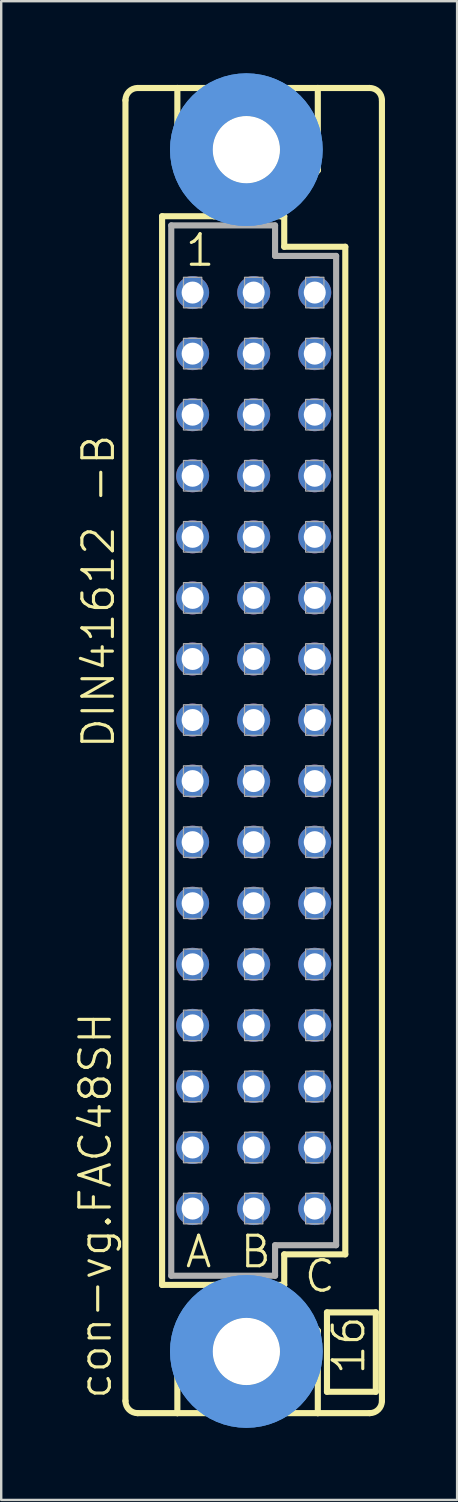
<source format=kicad_pcb>
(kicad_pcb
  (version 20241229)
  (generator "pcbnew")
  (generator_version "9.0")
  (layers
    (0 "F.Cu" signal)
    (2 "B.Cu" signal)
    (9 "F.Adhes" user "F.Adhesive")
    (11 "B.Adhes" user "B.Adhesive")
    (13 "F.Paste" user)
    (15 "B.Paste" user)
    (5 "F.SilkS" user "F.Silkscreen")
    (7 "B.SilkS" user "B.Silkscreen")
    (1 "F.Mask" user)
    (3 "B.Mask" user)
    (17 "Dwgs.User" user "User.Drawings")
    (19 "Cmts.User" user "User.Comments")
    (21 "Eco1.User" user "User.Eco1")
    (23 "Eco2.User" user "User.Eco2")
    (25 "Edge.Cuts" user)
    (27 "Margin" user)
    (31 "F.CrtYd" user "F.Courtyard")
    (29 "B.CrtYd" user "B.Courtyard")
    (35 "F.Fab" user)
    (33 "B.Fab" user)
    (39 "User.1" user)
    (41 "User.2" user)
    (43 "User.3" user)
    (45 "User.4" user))
  (footprint "con-vg.FAC48SH"
    (layer "F.Cu")
    (at 7.502 28.169)
    (property "Reference" "con-vg.FAC48SH" (at -5.842 27.051 90) (layer "F.SilkS") (effects (font (size 1.27 1.27) (thickness 0.13)) (justify left bottom)))
    (attr through_hole)
    (fp_line (start -5.334 27.051) (end -5.334 -27.051) (stroke (width 0.254) (type default)) (layer "F.SilkS"))
    (fp_line (start -4.826 -27.559) (end -3.175 -27.559) (stroke (width 0.254) (type default)) (layer "F.SilkS"))
    (fp_line (start -4.826 27.559) (end -3.175 27.559) (stroke (width 0.254) (type default)) (layer "F.SilkS"))
    (fp_line (start -3.81 -22.225) (end -3.81 22.225) (stroke (width 0.254) (type default)) (layer "F.SilkS"))
    (fp_line (start -3.81 22.225) (end -1.651 22.225) (stroke (width 0.254) (type default)) (layer "F.SilkS"))
    (fp_line (start -3.175 -27.559) (end -3.175 -24.13) (stroke (width 0.254) (type default)) (layer "F.SilkS"))
    (fp_line (start -3.175 27.559) (end -3.175 24.13) (stroke (width 0.254) (type default)) (layer "F.SilkS"))
    (fp_line (start -3.175 27.559) (end 2.667 27.559) (stroke (width 0.254) (type default)) (layer "F.SilkS"))
    (fp_line (start -1.651 -22.225) (end -3.81 -22.225) (stroke (width 0.254) (type default)) (layer "F.SilkS"))
    (fp_line (start -1.651 -22.225) (end -3.175 -24.13) (stroke (width 0.254) (type default)) (layer "F.SilkS"))
    (fp_line (start -1.651 22.225) (end -3.175 24.13) (stroke (width 0.254) (type default)) (layer "F.SilkS"))
    (fp_line (start -1.651 22.225) (end 1.143 22.225) (stroke (width 0.254) (type default)) (layer "F.SilkS"))
    (fp_line (start 1.143 -22.225) (end -1.651 -22.225) (stroke (width 0.254) (type default)) (layer "F.SilkS"))
    (fp_line (start 1.143 -22.225) (end 2.667 -24.13) (stroke (width 0.254) (type default)) (layer "F.SilkS"))
    (fp_line (start 1.143 22.225) (end 1.27 22.225) (stroke (width 0.254) (type default)) (layer "F.SilkS"))
    (fp_line (start 1.143 22.225) (end 2.667 24.13) (stroke (width 0.254) (type default)) (layer "F.SilkS"))
    (fp_line (start 1.27 -22.225) (end 1.143 -22.225) (stroke (width 0.254) (type default)) (layer "F.SilkS"))
    (fp_line (start 1.27 -20.955) (end 1.27 -22.225) (stroke (width 0.254) (type default)) (layer "F.SilkS"))
    (fp_line (start 1.27 20.955) (end 3.81 20.955) (stroke (width 0.254) (type default)) (layer "F.SilkS"))
    (fp_line (start 1.27 22.225) (end 1.27 20.955) (stroke (width 0.254) (type default)) (layer "F.SilkS"))
    (fp_line (start 2.667 -27.559) (end -3.175 -27.559) (stroke (width 0.254) (type default)) (layer "F.SilkS"))
    (fp_line (start 2.667 -27.559) (end 2.667 -24.13) (stroke (width 0.254) (type default)) (layer "F.SilkS"))
    (fp_line (start 2.667 27.559) (end 2.667 24.13) (stroke (width 0.254) (type default)) (layer "F.SilkS"))
    (fp_line (start 2.667 27.559) (end 4.826 27.559) (stroke (width 0.254) (type default)) (layer "F.SilkS"))
    (fp_line (start 3.048 23.368) (end 5.08 23.368) (stroke (width 0.254) (type default)) (layer "F.SilkS"))
    (fp_line (start 3.048 26.67) (end 3.048 23.368) (stroke (width 0.254) (type default)) (layer "F.SilkS"))
    (fp_line (start 3.81 -20.955) (end 1.27 -20.955) (stroke (width 0.254) (type default)) (layer "F.SilkS"))
    (fp_line (start 3.81 20.955) (end 3.81 -20.955) (stroke (width 0.254) (type default)) (layer "F.SilkS"))
    (fp_line (start 4.826 -27.559) (end 2.667 -27.559) (stroke (width 0.254) (type default)) (layer "F.SilkS"))
    (fp_line (start 5.08 23.368) (end 5.08 26.67) (stroke (width 0.254) (type default)) (layer "F.SilkS"))
    (fp_line (start 5.08 26.67) (end 3.048 26.67) (stroke (width 0.254) (type default)) (layer "F.SilkS"))
    (fp_line (start 5.334 27.051) (end 5.334 -27.051) (stroke (width 0.254) (type default)) (layer "F.SilkS"))
    (fp_arc (start -5.334 -27.051) (mid -5.18521 -27.41021) (end -4.826 -27.559) (stroke (width 0.254) (type default)) (layer "F.SilkS"))
    (fp_arc (start -4.826 27.559) (mid -5.18521 27.41021) (end -5.334 27.051) (stroke (width 0.254) (type default)) (layer "F.SilkS"))
    (fp_arc (start 4.826 -27.559) (mid 5.18521 -27.41021) (end 5.334 -27.051) (stroke (width 0.254) (type default)) (layer "F.SilkS"))
    (fp_arc (start 5.334 27.051) (mid 5.18521 27.41021) (end 4.826 27.559) (stroke (width 0.254) (type default)) (layer "F.SilkS"))
    (fp_circle (center -0.305 -24.994) (end 0.965 -24.994) (stroke (width 0.254) (type default)) (fill no) (layer "F.SilkS"))
    (fp_circle (center -0.305 24.994) (end 0.965 24.994) (stroke (width 0.254) (type default)) (fill no) (layer "F.SilkS"))
    (fp_circle (center -0.305 -24.994) (end 1.981 -24.994) (stroke (width 1.778) (type default)) (fill no) (layer "Cmts.User"))
    (fp_circle (center -0.305 -24.994) (end 1.981 -24.994) (stroke (width 1.778) (type default)) (fill no) (layer "Cmts.User"))
    (fp_circle (center -0.305 24.994) (end 1.981 24.994) (stroke (width 1.778) (type default)) (fill no) (layer "Cmts.User"))
    (fp_circle (center -0.305 24.994) (end 1.981 24.994) (stroke (width 1.778) (type default)) (fill no) (layer "Cmts.User"))
    (fp_line (start -3.429 -21.844) (end -3.429 21.844) (stroke (width 0.254) (type default)) (layer "F.Fab"))
    (fp_line (start -3.429 -21.844) (end 0.889 -21.844) (stroke (width 0.254) (type default)) (layer "F.Fab"))
    (fp_line (start -3.429 21.844) (end 0.889 21.844) (stroke (width 0.254) (type default)) (layer "F.Fab"))
    (fp_line (start 0.889 -21.844) (end 0.889 -20.574) (stroke (width 0.254) (type default)) (layer "F.Fab"))
    (fp_line (start 0.889 -20.574) (end 3.429 -20.574) (stroke (width 0.254) (type default)) (layer "F.Fab"))
    (fp_line (start 0.889 20.574) (end 3.429 20.574) (stroke (width 0.254) (type default)) (layer "F.Fab"))
    (fp_line (start 0.889 21.844) (end 0.889 20.574) (stroke (width 0.254) (type default)) (layer "F.Fab"))
    (fp_line (start 3.429 -20.574) (end 3.429 20.574) (stroke (width 0.254) (type default)) (layer "F.Fab"))
    (fp_rect (start -2.921 -18.415) (end -2.159 -19.685) (stroke (width 0.05) (type default)) (fill no) (layer "F.Fab"))
    (fp_rect (start -2.921 -15.875) (end -2.159 -17.145) (stroke (width 0.05) (type default)) (fill no) (layer "F.Fab"))
    (fp_rect (start -2.921 -13.335) (end -2.159 -14.605) (stroke (width 0.05) (type default)) (fill no) (layer "F.Fab"))
    (fp_rect (start -2.921 -10.795) (end -2.159 -12.065) (stroke (width 0.05) (type default)) (fill no) (layer "F.Fab"))
    (fp_rect (start -2.921 -8.255) (end -2.159 -9.525) (stroke (width 0.05) (type default)) (fill no) (layer "F.Fab"))
    (fp_rect (start -2.921 -5.715) (end -2.159 -6.985) (stroke (width 0.05) (type default)) (fill no) (layer "F.Fab"))
    (fp_rect (start -2.921 -3.175) (end -2.159 -4.445) (stroke (width 0.05) (type default)) (fill no) (layer "F.Fab"))
    (fp_rect (start -2.921 -0.635) (end -2.159 -1.905) (stroke (width 0.05) (type default)) (fill no) (layer "F.Fab"))
    (fp_rect (start -2.921 1.905) (end -2.159 0.635) (stroke (width 0.05) (type default)) (fill no) (layer "F.Fab"))
    (fp_rect (start -2.921 4.445) (end -2.159 3.175) (stroke (width 0.05) (type default)) (fill no) (layer "F.Fab"))
    (fp_rect (start -2.921 6.985) (end -2.159 5.715) (stroke (width 0.05) (type default)) (fill no) (layer "F.Fab"))
    (fp_rect (start -2.921 9.525) (end -2.159 8.255) (stroke (width 0.05) (type default)) (fill no) (layer "F.Fab"))
    (fp_rect (start -2.921 12.065) (end -2.159 10.795) (stroke (width 0.05) (type default)) (fill no) (layer "F.Fab"))
    (fp_rect (start -2.921 14.605) (end -2.159 13.335) (stroke (width 0.05) (type default)) (fill no) (layer "F.Fab"))
    (fp_rect (start -2.921 17.145) (end -2.159 15.875) (stroke (width 0.05) (type default)) (fill no) (layer "F.Fab"))
    (fp_rect (start -2.921 19.685) (end -2.159 18.415) (stroke (width 0.05) (type default)) (fill no) (layer "F.Fab"))
    (fp_rect (start -0.381 -18.415) (end 0.381 -19.685) (stroke (width 0.05) (type default)) (fill no) (layer "F.Fab"))
    (fp_rect (start -0.381 -15.875) (end 0.381 -17.145) (stroke (width 0.05) (type default)) (fill no) (layer "F.Fab"))
    (fp_rect (start -0.381 -13.335) (end 0.381 -14.605) (stroke (width 0.05) (type default)) (fill no) (layer "F.Fab"))
    (fp_rect (start -0.381 -10.795) (end 0.381 -12.065) (stroke (width 0.05) (type default)) (fill no) (layer "F.Fab"))
    (fp_rect (start -0.381 -8.255) (end 0.381 -9.525) (stroke (width 0.05) (type default)) (fill no) (layer "F.Fab"))
    (fp_rect (start -0.381 -5.715) (end 0.381 -6.985) (stroke (width 0.05) (type default)) (fill no) (layer "F.Fab"))
    (fp_rect (start -0.381 -3.175) (end 0.381 -4.445) (stroke (width 0.05) (type default)) (fill no) (layer "F.Fab"))
    (fp_rect (start -0.381 -0.635) (end 0.381 -1.905) (stroke (width 0.05) (type default)) (fill no) (layer "F.Fab"))
    (fp_rect (start -0.381 1.905) (end 0.381 0.635) (stroke (width 0.05) (type default)) (fill no) (layer "F.Fab"))
    (fp_rect (start -0.381 4.445) (end 0.381 3.175) (stroke (width 0.05) (type default)) (fill no) (layer "F.Fab"))
    (fp_rect (start -0.381 6.985) (end 0.381 5.715) (stroke (width 0.05) (type default)) (fill no) (layer "F.Fab"))
    (fp_rect (start -0.381 9.525) (end 0.381 8.255) (stroke (width 0.05) (type default)) (fill no) (layer "F.Fab"))
    (fp_rect (start -0.381 12.065) (end 0.381 10.795) (stroke (width 0.05) (type default)) (fill no) (layer "F.Fab"))
    (fp_rect (start -0.381 14.605) (end 0.381 13.335) (stroke (width 0.05) (type default)) (fill no) (layer "F.Fab"))
    (fp_rect (start -0.381 17.145) (end 0.381 15.875) (stroke (width 0.05) (type default)) (fill no) (layer "F.Fab"))
    (fp_rect (start -0.381 19.685) (end 0.381 18.415) (stroke (width 0.05) (type default)) (fill no) (layer "F.Fab"))
    (fp_rect (start 2.159 -18.415) (end 2.921 -19.685) (stroke (width 0.05) (type default)) (fill no) (layer "F.Fab"))
    (fp_rect (start 2.159 -15.875) (end 2.921 -17.145) (stroke (width 0.05) (type default)) (fill no) (layer "F.Fab"))
    (fp_rect (start 2.159 -13.335) (end 2.921 -14.605) (stroke (width 0.05) (type default)) (fill no) (layer "F.Fab"))
    (fp_rect (start 2.159 -10.795) (end 2.921 -12.065) (stroke (width 0.05) (type default)) (fill no) (layer "F.Fab"))
    (fp_rect (start 2.159 -8.255) (end 2.921 -9.525) (stroke (width 0.05) (type default)) (fill no) (layer "F.Fab"))
    (fp_rect (start 2.159 -5.715) (end 2.921 -6.985) (stroke (width 0.05) (type default)) (fill no) (layer "F.Fab"))
    (fp_rect (start 2.159 -3.175) (end 2.921 -4.445) (stroke (width 0.05) (type default)) (fill no) (layer "F.Fab"))
    (fp_rect (start 2.159 -0.635) (end 2.921 -1.905) (stroke (width 0.05) (type default)) (fill no) (layer "F.Fab"))
    (fp_rect (start 2.159 1.905) (end 2.921 0.635) (stroke (width 0.05) (type default)) (fill no) (layer "F.Fab"))
    (fp_rect (start 2.159 4.445) (end 2.921 3.175) (stroke (width 0.05) (type default)) (fill no) (layer "F.Fab"))
    (fp_rect (start 2.159 6.985) (end 2.921 5.715) (stroke (width 0.05) (type default)) (fill no) (layer "F.Fab"))
    (fp_rect (start 2.159 9.525) (end 2.921 8.255) (stroke (width 0.05) (type default)) (fill no) (layer "F.Fab"))
    (fp_rect (start 2.159 12.065) (end 2.921 10.795) (stroke (width 0.05) (type default)) (fill no) (layer "F.Fab"))
    (fp_rect (start 2.159 14.605) (end 2.921 13.335) (stroke (width 0.05) (type default)) (fill no) (layer "F.Fab"))
    (fp_rect (start 2.159 17.145) (end 2.921 15.875) (stroke (width 0.05) (type default)) (fill no) (layer "F.Fab"))
    (fp_rect (start 2.159 19.685) (end 2.921 18.415) (stroke (width 0.05) (type default)) (fill no) (layer "F.Fab"))
    (fp_text user "16" (at 4.699 26.035 90) (layer "F.SilkS") (effects (font (size 1.27 1.27) (thickness 0.13)) (justify left bottom)))
    (fp_text user "C" (at 2.032 22.606 0) (layer "F.SilkS") (effects (font (size 1.27 1.27) (thickness 0.13)) (justify left bottom)))
    (fp_text user "A" (at -2.921 21.59 0) (layer "F.SilkS") (effects (font (size 1.27 1.27) (thickness 0.13)) (justify left bottom)))
    (fp_text user "DIN41612 -B" (at -5.715 0 90) (layer "F.SilkS") (effects (font (size 1.27 1.27) (thickness 0.13)) (justify left bottom)))
    (fp_text user "B" (at -0.635 21.59 0) (layer "F.SilkS") (effects (font (size 1.27 1.27) (thickness 0.13)) (justify left bottom)))
    (fp_text user "1" (at -2.921 -20.066 0) (layer "F.SilkS") (effects (font (size 1.27 1.27) (thickness 0.13)) (justify left bottom)))
    (pad "" np_thru_hole circle (at -0.305 -24.994) (size 2.794 2.794) (drill 2.794) (layers "*.Cu" "*.Mask"))
    (pad "" np_thru_hole circle (at -0.305 24.994) (size 2.794 2.794) (drill 2.794) (layers "*.Cu" "*.Mask"))
    (pad "A1" thru_hole circle (at -2.54 -19.05) (size 1.372 1.372) (drill 0.914) (layers "*.Cu" "*.Mask"))
    (pad "A2" thru_hole circle (at -2.54 -16.51) (size 1.372 1.372) (drill 0.914) (layers "*.Cu" "*.Mask"))
    (pad "A3" thru_hole circle (at -2.54 -13.97) (size 1.372 1.372) (drill 0.914) (layers "*.Cu" "*.Mask"))
    (pad "A4" thru_hole circle (at -2.54 -11.43) (size 1.372 1.372) (drill 0.914) (layers "*.Cu" "*.Mask"))
    (pad "A5" thru_hole circle (at -2.54 -8.89) (size 1.372 1.372) (drill 0.914) (layers "*.Cu" "*.Mask"))
    (pad "A6" thru_hole circle (at -2.54 -6.35) (size 1.372 1.372) (drill 0.914) (layers "*.Cu" "*.Mask"))
    (pad "A7" thru_hole circle (at -2.54 -3.81) (size 1.372 1.372) (drill 0.914) (layers "*.Cu" "*.Mask"))
    (pad "A8" thru_hole circle (at -2.54 -1.27) (size 1.372 1.372) (drill 0.914) (layers "*.Cu" "*.Mask"))
    (pad "A9" thru_hole circle (at -2.54 1.27) (size 1.372 1.372) (drill 0.914) (layers "*.Cu" "*.Mask"))
    (pad "A10" thru_hole circle (at -2.54 3.81) (size 1.372 1.372) (drill 0.914) (layers "*.Cu" "*.Mask"))
    (pad "A11" thru_hole circle (at -2.54 6.35) (size 1.372 1.372) (drill 0.914) (layers "*.Cu" "*.Mask"))
    (pad "A12" thru_hole circle (at -2.54 8.89) (size 1.372 1.372) (drill 0.914) (layers "*.Cu" "*.Mask"))
    (pad "A13" thru_hole circle (at -2.54 11.43) (size 1.372 1.372) (drill 0.914) (layers "*.Cu" "*.Mask"))
    (pad "A14" thru_hole circle (at -2.54 13.97) (size 1.372 1.372) (drill 0.914) (layers "*.Cu" "*.Mask"))
    (pad "A15" thru_hole circle (at -2.54 16.51) (size 1.372 1.372) (drill 0.914) (layers "*.Cu" "*.Mask"))
    (pad "A16" thru_hole circle (at -2.54 19.05) (size 1.372 1.372) (drill 0.914) (layers "*.Cu" "*.Mask"))
    (pad "B1" thru_hole circle (at 0 -19.05) (size 1.372 1.372) (drill 0.914) (layers "*.Cu" "*.Mask"))
    (pad "B2" thru_hole circle (at 0 -16.51) (size 1.372 1.372) (drill 0.914) (layers "*.Cu" "*.Mask"))
    (pad "B3" thru_hole circle (at 0 -13.97) (size 1.372 1.372) (drill 0.914) (layers "*.Cu" "*.Mask"))
    (pad "B4" thru_hole circle (at 0 -11.43) (size 1.372 1.372) (drill 0.914) (layers "*.Cu" "*.Mask"))
    (pad "B5" thru_hole circle (at 0 -8.89) (size 1.372 1.372) (drill 0.914) (layers "*.Cu" "*.Mask"))
    (pad "B6" thru_hole circle (at 0 -6.35) (size 1.372 1.372) (drill 0.914) (layers "*.Cu" "*.Mask"))
    (pad "B7" thru_hole circle (at 0 -3.81) (size 1.372 1.372) (drill 0.914) (layers "*.Cu" "*.Mask"))
    (pad "B8" thru_hole circle (at 0 -1.27) (size 1.372 1.372) (drill 0.914) (layers "*.Cu" "*.Mask"))
    (pad "B9" thru_hole circle (at 0 1.27) (size 1.372 1.372) (drill 0.914) (layers "*.Cu" "*.Mask"))
    (pad "B10" thru_hole circle (at 0 3.81) (size 1.372 1.372) (drill 0.914) (layers "*.Cu" "*.Mask"))
    (pad "B11" thru_hole circle (at 0 6.35) (size 1.372 1.372) (drill 0.914) (layers "*.Cu" "*.Mask"))
    (pad "B12" thru_hole circle (at 0 8.89) (size 1.372 1.372) (drill 0.914) (layers "*.Cu" "*.Mask"))
    (pad "B13" thru_hole circle (at 0 11.43) (size 1.372 1.372) (drill 0.914) (layers "*.Cu" "*.Mask"))
    (pad "B14" thru_hole circle (at 0 13.97) (size 1.372 1.372) (drill 0.914) (layers "*.Cu" "*.Mask"))
    (pad "B15" thru_hole circle (at 0 16.51) (size 1.372 1.372) (drill 0.914) (layers "*.Cu" "*.Mask"))
    (pad "B16" thru_hole circle (at 0 19.05) (size 1.372 1.372) (drill 0.914) (layers "*.Cu" "*.Mask"))
    (pad "C1" thru_hole circle (at 2.54 -19.05) (size 1.372 1.372) (drill 0.914) (layers "*.Cu" "*.Mask"))
    (pad "C2" thru_hole circle (at 2.54 -16.51) (size 1.372 1.372) (drill 0.914) (layers "*.Cu" "*.Mask"))
    (pad "C3" thru_hole circle (at 2.54 -13.97) (size 1.372 1.372) (drill 0.914) (layers "*.Cu" "*.Mask"))
    (pad "C4" thru_hole circle (at 2.54 -11.43) (size 1.372 1.372) (drill 0.914) (layers "*.Cu" "*.Mask"))
    (pad "C5" thru_hole circle (at 2.54 -8.89) (size 1.372 1.372) (drill 0.914) (layers "*.Cu" "*.Mask"))
    (pad "C6" thru_hole circle (at 2.54 -6.35) (size 1.372 1.372) (drill 0.914) (layers "*.Cu" "*.Mask"))
    (pad "C7" thru_hole circle (at 2.54 -3.81) (size 1.372 1.372) (drill 0.914) (layers "*.Cu" "*.Mask"))
    (pad "C8" thru_hole circle (at 2.54 -1.27) (size 1.372 1.372) (drill 0.914) (layers "*.Cu" "*.Mask"))
    (pad "C9" thru_hole circle (at 2.54 1.27) (size 1.372 1.372) (drill 0.914) (layers "*.Cu" "*.Mask"))
    (pad "C10" thru_hole circle (at 2.54 3.81) (size 1.372 1.372) (drill 0.914) (layers "*.Cu" "*.Mask"))
    (pad "C11" thru_hole circle (at 2.54 6.35) (size 1.372 1.372) (drill 0.914) (layers "*.Cu" "*.Mask"))
    (pad "C12" thru_hole circle (at 2.54 8.89) (size 1.372 1.372) (drill 0.914) (layers "*.Cu" "*.Mask"))
    (pad "C13" thru_hole circle (at 2.54 11.43) (size 1.372 1.372) (drill 0.914) (layers "*.Cu" "*.Mask"))
    (pad "C14" thru_hole circle (at 2.54 13.97) (size 1.372 1.372) (drill 0.914) (layers "*.Cu" "*.Mask"))
    (pad "C15" thru_hole circle (at 2.54 16.51) (size 1.372 1.372) (drill 0.914) (layers "*.Cu" "*.Mask"))
    (pad "C16" thru_hole circle (at 2.54 19.05) (size 1.372 1.372) (drill 0.914) (layers "*.Cu" "*.Mask")))
  (gr_rect
    (start -3 -3)
    (end 15.963 59.337)
    (stroke (width 0.1) (type default))
    (fill no)
    (layer "Edge.Cuts")))
</source>
